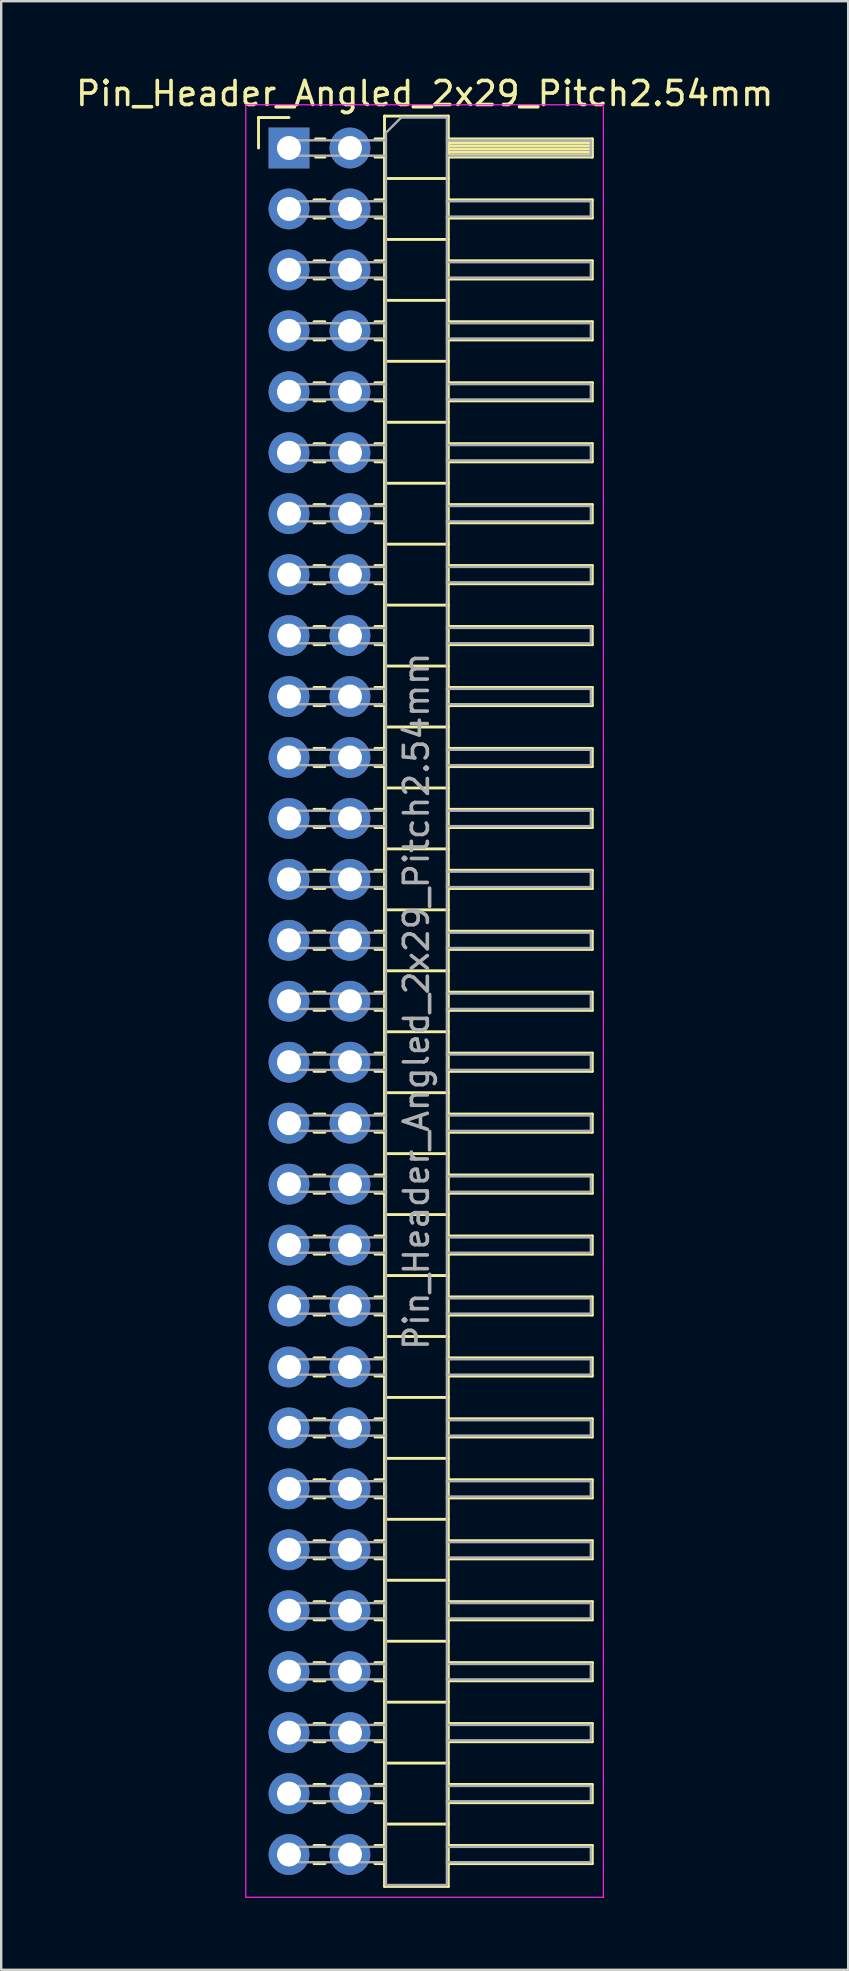
<source format=kicad_pcb>
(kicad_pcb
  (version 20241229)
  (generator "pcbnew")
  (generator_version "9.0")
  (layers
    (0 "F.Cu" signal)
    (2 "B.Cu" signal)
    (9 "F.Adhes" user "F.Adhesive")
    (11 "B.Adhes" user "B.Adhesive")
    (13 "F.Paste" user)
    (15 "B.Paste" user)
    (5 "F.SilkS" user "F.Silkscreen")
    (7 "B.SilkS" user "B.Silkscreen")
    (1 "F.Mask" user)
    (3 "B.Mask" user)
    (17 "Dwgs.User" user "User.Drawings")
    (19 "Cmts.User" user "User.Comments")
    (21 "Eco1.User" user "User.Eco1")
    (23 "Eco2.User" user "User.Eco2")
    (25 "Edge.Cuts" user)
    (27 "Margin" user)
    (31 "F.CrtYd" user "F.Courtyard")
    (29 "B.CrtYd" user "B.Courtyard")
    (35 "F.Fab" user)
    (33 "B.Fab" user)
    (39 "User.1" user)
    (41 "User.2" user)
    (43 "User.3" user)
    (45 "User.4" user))
  (footprint "Pin_Header_Angled_2x29_Pitch2.54mm"
    (layer "F.Cu")
    (at 8.994 3.118)
    (property "Reference" "Pin_Header_Angled_2x29_Pitch2.54mm" (at 5.655 -2.27 0) (layer "F.SilkS") (effects (font (size 1 1) (thickness 0.15))))
    (attr through_hole)
    (fp_line (start -1.27 -1.27) (end 0 -1.27) (stroke (width 0.12) (type solid)) (layer "F.SilkS"))
    (fp_line (start -1.27 0) (end -1.27 -1.27) (stroke (width 0.12) (type solid)) (layer "F.SilkS"))
    (fp_line (start 1.043 2.16) (end 1.497 2.16) (stroke (width 0.12) (type solid)) (layer "F.SilkS"))
    (fp_line (start 1.043 2.92) (end 1.497 2.92) (stroke (width 0.12) (type solid)) (layer "F.SilkS"))
    (fp_line (start 1.043 4.7) (end 1.497 4.7) (stroke (width 0.12) (type solid)) (layer "F.SilkS"))
    (fp_line (start 1.043 5.46) (end 1.497 5.46) (stroke (width 0.12) (type solid)) (layer "F.SilkS"))
    (fp_line (start 1.043 7.24) (end 1.497 7.24) (stroke (width 0.12) (type solid)) (layer "F.SilkS"))
    (fp_line (start 1.043 8) (end 1.497 8) (stroke (width 0.12) (type solid)) (layer "F.SilkS"))
    (fp_line (start 1.043 9.78) (end 1.497 9.78) (stroke (width 0.12) (type solid)) (layer "F.SilkS"))
    (fp_line (start 1.043 10.54) (end 1.497 10.54) (stroke (width 0.12) (type solid)) (layer "F.SilkS"))
    (fp_line (start 1.043 12.32) (end 1.497 12.32) (stroke (width 0.12) (type solid)) (layer "F.SilkS"))
    (fp_line (start 1.043 13.08) (end 1.497 13.08) (stroke (width 0.12) (type solid)) (layer "F.SilkS"))
    (fp_line (start 1.043 14.86) (end 1.497 14.86) (stroke (width 0.12) (type solid)) (layer "F.SilkS"))
    (fp_line (start 1.043 15.62) (end 1.497 15.62) (stroke (width 0.12) (type solid)) (layer "F.SilkS"))
    (fp_line (start 1.043 17.4) (end 1.497 17.4) (stroke (width 0.12) (type solid)) (layer "F.SilkS"))
    (fp_line (start 1.043 18.16) (end 1.497 18.16) (stroke (width 0.12) (type solid)) (layer "F.SilkS"))
    (fp_line (start 1.043 19.94) (end 1.497 19.94) (stroke (width 0.12) (type solid)) (layer "F.SilkS"))
    (fp_line (start 1.043 20.7) (end 1.497 20.7) (stroke (width 0.12) (type solid)) (layer "F.SilkS"))
    (fp_line (start 1.043 22.48) (end 1.497 22.48) (stroke (width 0.12) (type solid)) (layer "F.SilkS"))
    (fp_line (start 1.043 23.24) (end 1.497 23.24) (stroke (width 0.12) (type solid)) (layer "F.SilkS"))
    (fp_line (start 1.043 25.02) (end 1.497 25.02) (stroke (width 0.12) (type solid)) (layer "F.SilkS"))
    (fp_line (start 1.043 25.78) (end 1.497 25.78) (stroke (width 0.12) (type solid)) (layer "F.SilkS"))
    (fp_line (start 1.043 27.56) (end 1.497 27.56) (stroke (width 0.12) (type solid)) (layer "F.SilkS"))
    (fp_line (start 1.043 28.32) (end 1.497 28.32) (stroke (width 0.12) (type solid)) (layer "F.SilkS"))
    (fp_line (start 1.043 30.1) (end 1.497 30.1) (stroke (width 0.12) (type solid)) (layer "F.SilkS"))
    (fp_line (start 1.043 30.86) (end 1.497 30.86) (stroke (width 0.12) (type solid)) (layer "F.SilkS"))
    (fp_line (start 1.043 32.64) (end 1.497 32.64) (stroke (width 0.12) (type solid)) (layer "F.SilkS"))
    (fp_line (start 1.043 33.4) (end 1.497 33.4) (stroke (width 0.12) (type solid)) (layer "F.SilkS"))
    (fp_line (start 1.043 35.18) (end 1.497 35.18) (stroke (width 0.12) (type solid)) (layer "F.SilkS"))
    (fp_line (start 1.043 35.94) (end 1.497 35.94) (stroke (width 0.12) (type solid)) (layer "F.SilkS"))
    (fp_line (start 1.043 37.72) (end 1.497 37.72) (stroke (width 0.12) (type solid)) (layer "F.SilkS"))
    (fp_line (start 1.043 38.48) (end 1.497 38.48) (stroke (width 0.12) (type solid)) (layer "F.SilkS"))
    (fp_line (start 1.043 40.26) (end 1.497 40.26) (stroke (width 0.12) (type solid)) (layer "F.SilkS"))
    (fp_line (start 1.043 41.02) (end 1.497 41.02) (stroke (width 0.12) (type solid)) (layer "F.SilkS"))
    (fp_line (start 1.043 42.8) (end 1.497 42.8) (stroke (width 0.12) (type solid)) (layer "F.SilkS"))
    (fp_line (start 1.043 43.56) (end 1.497 43.56) (stroke (width 0.12) (type solid)) (layer "F.SilkS"))
    (fp_line (start 1.043 45.34) (end 1.497 45.34) (stroke (width 0.12) (type solid)) (layer "F.SilkS"))
    (fp_line (start 1.043 46.1) (end 1.497 46.1) (stroke (width 0.12) (type solid)) (layer "F.SilkS"))
    (fp_line (start 1.043 47.88) (end 1.497 47.88) (stroke (width 0.12) (type solid)) (layer "F.SilkS"))
    (fp_line (start 1.043 48.64) (end 1.497 48.64) (stroke (width 0.12) (type solid)) (layer "F.SilkS"))
    (fp_line (start 1.043 50.42) (end 1.497 50.42) (stroke (width 0.12) (type solid)) (layer "F.SilkS"))
    (fp_line (start 1.043 51.18) (end 1.497 51.18) (stroke (width 0.12) (type solid)) (layer "F.SilkS"))
    (fp_line (start 1.043 52.96) (end 1.497 52.96) (stroke (width 0.12) (type solid)) (layer "F.SilkS"))
    (fp_line (start 1.043 53.72) (end 1.497 53.72) (stroke (width 0.12) (type solid)) (layer "F.SilkS"))
    (fp_line (start 1.043 55.5) (end 1.497 55.5) (stroke (width 0.12) (type solid)) (layer "F.SilkS"))
    (fp_line (start 1.043 56.26) (end 1.497 56.26) (stroke (width 0.12) (type solid)) (layer "F.SilkS"))
    (fp_line (start 1.043 58.04) (end 1.497 58.04) (stroke (width 0.12) (type solid)) (layer "F.SilkS"))
    (fp_line (start 1.043 58.8) (end 1.497 58.8) (stroke (width 0.12) (type solid)) (layer "F.SilkS"))
    (fp_line (start 1.043 60.58) (end 1.497 60.58) (stroke (width 0.12) (type solid)) (layer "F.SilkS"))
    (fp_line (start 1.043 61.34) (end 1.497 61.34) (stroke (width 0.12) (type solid)) (layer "F.SilkS"))
    (fp_line (start 1.043 63.12) (end 1.497 63.12) (stroke (width 0.12) (type solid)) (layer "F.SilkS"))
    (fp_line (start 1.043 63.88) (end 1.497 63.88) (stroke (width 0.12) (type solid)) (layer "F.SilkS"))
    (fp_line (start 1.043 65.66) (end 1.497 65.66) (stroke (width 0.12) (type solid)) (layer "F.SilkS"))
    (fp_line (start 1.043 66.42) (end 1.497 66.42) (stroke (width 0.12) (type solid)) (layer "F.SilkS"))
    (fp_line (start 1.043 68.2) (end 1.497 68.2) (stroke (width 0.12) (type solid)) (layer "F.SilkS"))
    (fp_line (start 1.043 68.96) (end 1.497 68.96) (stroke (width 0.12) (type solid)) (layer "F.SilkS"))
    (fp_line (start 1.043 70.74) (end 1.497 70.74) (stroke (width 0.12) (type solid)) (layer "F.SilkS"))
    (fp_line (start 1.043 71.5) (end 1.497 71.5) (stroke (width 0.12) (type solid)) (layer "F.SilkS"))
    (fp_line (start 1.11 -0.38) (end 1.497 -0.38) (stroke (width 0.12) (type solid)) (layer "F.SilkS"))
    (fp_line (start 1.11 0.38) (end 1.497 0.38) (stroke (width 0.12) (type solid)) (layer "F.SilkS"))
    (fp_line (start 3.583 -0.38) (end 3.98 -0.38) (stroke (width 0.12) (type solid)) (layer "F.SilkS"))
    (fp_line (start 3.583 0.38) (end 3.98 0.38) (stroke (width 0.12) (type solid)) (layer "F.SilkS"))
    (fp_line (start 3.583 2.16) (end 3.98 2.16) (stroke (width 0.12) (type solid)) (layer "F.SilkS"))
    (fp_line (start 3.583 2.92) (end 3.98 2.92) (stroke (width 0.12) (type solid)) (layer "F.SilkS"))
    (fp_line (start 3.583 4.7) (end 3.98 4.7) (stroke (width 0.12) (type solid)) (layer "F.SilkS"))
    (fp_line (start 3.583 5.46) (end 3.98 5.46) (stroke (width 0.12) (type solid)) (layer "F.SilkS"))
    (fp_line (start 3.583 7.24) (end 3.98 7.24) (stroke (width 0.12) (type solid)) (layer "F.SilkS"))
    (fp_line (start 3.583 8) (end 3.98 8) (stroke (width 0.12) (type solid)) (layer "F.SilkS"))
    (fp_line (start 3.583 9.78) (end 3.98 9.78) (stroke (width 0.12) (type solid)) (layer "F.SilkS"))
    (fp_line (start 3.583 10.54) (end 3.98 10.54) (stroke (width 0.12) (type solid)) (layer "F.SilkS"))
    (fp_line (start 3.583 12.32) (end 3.98 12.32) (stroke (width 0.12) (type solid)) (layer "F.SilkS"))
    (fp_line (start 3.583 13.08) (end 3.98 13.08) (stroke (width 0.12) (type solid)) (layer "F.SilkS"))
    (fp_line (start 3.583 14.86) (end 3.98 14.86) (stroke (width 0.12) (type solid)) (layer "F.SilkS"))
    (fp_line (start 3.583 15.62) (end 3.98 15.62) (stroke (width 0.12) (type solid)) (layer "F.SilkS"))
    (fp_line (start 3.583 17.4) (end 3.98 17.4) (stroke (width 0.12) (type solid)) (layer "F.SilkS"))
    (fp_line (start 3.583 18.16) (end 3.98 18.16) (stroke (width 0.12) (type solid)) (layer "F.SilkS"))
    (fp_line (start 3.583 19.94) (end 3.98 19.94) (stroke (width 0.12) (type solid)) (layer "F.SilkS"))
    (fp_line (start 3.583 20.7) (end 3.98 20.7) (stroke (width 0.12) (type solid)) (layer "F.SilkS"))
    (fp_line (start 3.583 22.48) (end 3.98 22.48) (stroke (width 0.12) (type solid)) (layer "F.SilkS"))
    (fp_line (start 3.583 23.24) (end 3.98 23.24) (stroke (width 0.12) (type solid)) (layer "F.SilkS"))
    (fp_line (start 3.583 25.02) (end 3.98 25.02) (stroke (width 0.12) (type solid)) (layer "F.SilkS"))
    (fp_line (start 3.583 25.78) (end 3.98 25.78) (stroke (width 0.12) (type solid)) (layer "F.SilkS"))
    (fp_line (start 3.583 27.56) (end 3.98 27.56) (stroke (width 0.12) (type solid)) (layer "F.SilkS"))
    (fp_line (start 3.583 28.32) (end 3.98 28.32) (stroke (width 0.12) (type solid)) (layer "F.SilkS"))
    (fp_line (start 3.583 30.1) (end 3.98 30.1) (stroke (width 0.12) (type solid)) (layer "F.SilkS"))
    (fp_line (start 3.583 30.86) (end 3.98 30.86) (stroke (width 0.12) (type solid)) (layer "F.SilkS"))
    (fp_line (start 3.583 32.64) (end 3.98 32.64) (stroke (width 0.12) (type solid)) (layer "F.SilkS"))
    (fp_line (start 3.583 33.4) (end 3.98 33.4) (stroke (width 0.12) (type solid)) (layer "F.SilkS"))
    (fp_line (start 3.583 35.18) (end 3.98 35.18) (stroke (width 0.12) (type solid)) (layer "F.SilkS"))
    (fp_line (start 3.583 35.94) (end 3.98 35.94) (stroke (width 0.12) (type solid)) (layer "F.SilkS"))
    (fp_line (start 3.583 37.72) (end 3.98 37.72) (stroke (width 0.12) (type solid)) (layer "F.SilkS"))
    (fp_line (start 3.583 38.48) (end 3.98 38.48) (stroke (width 0.12) (type solid)) (layer "F.SilkS"))
    (fp_line (start 3.583 40.26) (end 3.98 40.26) (stroke (width 0.12) (type solid)) (layer "F.SilkS"))
    (fp_line (start 3.583 41.02) (end 3.98 41.02) (stroke (width 0.12) (type solid)) (layer "F.SilkS"))
    (fp_line (start 3.583 42.8) (end 3.98 42.8) (stroke (width 0.12) (type solid)) (layer "F.SilkS"))
    (fp_line (start 3.583 43.56) (end 3.98 43.56) (stroke (width 0.12) (type solid)) (layer "F.SilkS"))
    (fp_line (start 3.583 45.34) (end 3.98 45.34) (stroke (width 0.12) (type solid)) (layer "F.SilkS"))
    (fp_line (start 3.583 46.1) (end 3.98 46.1) (stroke (width 0.12) (type solid)) (layer "F.SilkS"))
    (fp_line (start 3.583 47.88) (end 3.98 47.88) (stroke (width 0.12) (type solid)) (layer "F.SilkS"))
    (fp_line (start 3.583 48.64) (end 3.98 48.64) (stroke (width 0.12) (type solid)) (layer "F.SilkS"))
    (fp_line (start 3.583 50.42) (end 3.98 50.42) (stroke (width 0.12) (type solid)) (layer "F.SilkS"))
    (fp_line (start 3.583 51.18) (end 3.98 51.18) (stroke (width 0.12) (type solid)) (layer "F.SilkS"))
    (fp_line (start 3.583 52.96) (end 3.98 52.96) (stroke (width 0.12) (type solid)) (layer "F.SilkS"))
    (fp_line (start 3.583 53.72) (end 3.98 53.72) (stroke (width 0.12) (type solid)) (layer "F.SilkS"))
    (fp_line (start 3.583 55.5) (end 3.98 55.5) (stroke (width 0.12) (type solid)) (layer "F.SilkS"))
    (fp_line (start 3.583 56.26) (end 3.98 56.26) (stroke (width 0.12) (type solid)) (layer "F.SilkS"))
    (fp_line (start 3.583 58.04) (end 3.98 58.04) (stroke (width 0.12) (type solid)) (layer "F.SilkS"))
    (fp_line (start 3.583 58.8) (end 3.98 58.8) (stroke (width 0.12) (type solid)) (layer "F.SilkS"))
    (fp_line (start 3.583 60.58) (end 3.98 60.58) (stroke (width 0.12) (type solid)) (layer "F.SilkS"))
    (fp_line (start 3.583 61.34) (end 3.98 61.34) (stroke (width 0.12) (type solid)) (layer "F.SilkS"))
    (fp_line (start 3.583 63.12) (end 3.98 63.12) (stroke (width 0.12) (type solid)) (layer "F.SilkS"))
    (fp_line (start 3.583 63.88) (end 3.98 63.88) (stroke (width 0.12) (type solid)) (layer "F.SilkS"))
    (fp_line (start 3.583 65.66) (end 3.98 65.66) (stroke (width 0.12) (type solid)) (layer "F.SilkS"))
    (fp_line (start 3.583 66.42) (end 3.98 66.42) (stroke (width 0.12) (type solid)) (layer "F.SilkS"))
    (fp_line (start 3.583 68.2) (end 3.98 68.2) (stroke (width 0.12) (type solid)) (layer "F.SilkS"))
    (fp_line (start 3.583 68.96) (end 3.98 68.96) (stroke (width 0.12) (type solid)) (layer "F.SilkS"))
    (fp_line (start 3.583 70.74) (end 3.98 70.74) (stroke (width 0.12) (type solid)) (layer "F.SilkS"))
    (fp_line (start 3.583 71.5) (end 3.98 71.5) (stroke (width 0.12) (type solid)) (layer "F.SilkS"))
    (fp_line (start 3.98 -1.33) (end 3.98 72.45) (stroke (width 0.12) (type solid)) (layer "F.SilkS"))
    (fp_line (start 3.98 1.27) (end 6.64 1.27) (stroke (width 0.12) (type solid)) (layer "F.SilkS"))
    (fp_line (start 3.98 3.81) (end 6.64 3.81) (stroke (width 0.12) (type solid)) (layer "F.SilkS"))
    (fp_line (start 3.98 6.35) (end 6.64 6.35) (stroke (width 0.12) (type solid)) (layer "F.SilkS"))
    (fp_line (start 3.98 8.89) (end 6.64 8.89) (stroke (width 0.12) (type solid)) (layer "F.SilkS"))
    (fp_line (start 3.98 11.43) (end 6.64 11.43) (stroke (width 0.12) (type solid)) (layer "F.SilkS"))
    (fp_line (start 3.98 13.97) (end 6.64 13.97) (stroke (width 0.12) (type solid)) (layer "F.SilkS"))
    (fp_line (start 3.98 16.51) (end 6.64 16.51) (stroke (width 0.12) (type solid)) (layer "F.SilkS"))
    (fp_line (start 3.98 19.05) (end 6.64 19.05) (stroke (width 0.12) (type solid)) (layer "F.SilkS"))
    (fp_line (start 3.98 21.59) (end 6.64 21.59) (stroke (width 0.12) (type solid)) (layer "F.SilkS"))
    (fp_line (start 3.98 24.13) (end 6.64 24.13) (stroke (width 0.12) (type solid)) (layer "F.SilkS"))
    (fp_line (start 3.98 26.67) (end 6.64 26.67) (stroke (width 0.12) (type solid)) (layer "F.SilkS"))
    (fp_line (start 3.98 29.21) (end 6.64 29.21) (stroke (width 0.12) (type solid)) (layer "F.SilkS"))
    (fp_line (start 3.98 31.75) (end 6.64 31.75) (stroke (width 0.12) (type solid)) (layer "F.SilkS"))
    (fp_line (start 3.98 34.29) (end 6.64 34.29) (stroke (width 0.12) (type solid)) (layer "F.SilkS"))
    (fp_line (start 3.98 36.83) (end 6.64 36.83) (stroke (width 0.12) (type solid)) (layer "F.SilkS"))
    (fp_line (start 3.98 39.37) (end 6.64 39.37) (stroke (width 0.12) (type solid)) (layer "F.SilkS"))
    (fp_line (start 3.98 41.91) (end 6.64 41.91) (stroke (width 0.12) (type solid)) (layer "F.SilkS"))
    (fp_line (start 3.98 44.45) (end 6.64 44.45) (stroke (width 0.12) (type solid)) (layer "F.SilkS"))
    (fp_line (start 3.98 46.99) (end 6.64 46.99) (stroke (width 0.12) (type solid)) (layer "F.SilkS"))
    (fp_line (start 3.98 49.53) (end 6.64 49.53) (stroke (width 0.12) (type solid)) (layer "F.SilkS"))
    (fp_line (start 3.98 52.07) (end 6.64 52.07) (stroke (width 0.12) (type solid)) (layer "F.SilkS"))
    (fp_line (start 3.98 54.61) (end 6.64 54.61) (stroke (width 0.12) (type solid)) (layer "F.SilkS"))
    (fp_line (start 3.98 57.15) (end 6.64 57.15) (stroke (width 0.12) (type solid)) (layer "F.SilkS"))
    (fp_line (start 3.98 59.69) (end 6.64 59.69) (stroke (width 0.12) (type solid)) (layer "F.SilkS"))
    (fp_line (start 3.98 62.23) (end 6.64 62.23) (stroke (width 0.12) (type solid)) (layer "F.SilkS"))
    (fp_line (start 3.98 64.77) (end 6.64 64.77) (stroke (width 0.12) (type solid)) (layer "F.SilkS"))
    (fp_line (start 3.98 67.31) (end 6.64 67.31) (stroke (width 0.12) (type solid)) (layer "F.SilkS"))
    (fp_line (start 3.98 69.85) (end 6.64 69.85) (stroke (width 0.12) (type solid)) (layer "F.SilkS"))
    (fp_line (start 3.98 72.45) (end 6.64 72.45) (stroke (width 0.12) (type solid)) (layer "F.SilkS"))
    (fp_line (start 6.64 -1.33) (end 3.98 -1.33) (stroke (width 0.12) (type solid)) (layer "F.SilkS"))
    (fp_line (start 6.64 -0.38) (end 12.64 -0.38) (stroke (width 0.12) (type solid)) (layer "F.SilkS"))
    (fp_line (start 6.64 -0.32) (end 12.64 -0.32) (stroke (width 0.12) (type solid)) (layer "F.SilkS"))
    (fp_line (start 6.64 -0.2) (end 12.64 -0.2) (stroke (width 0.12) (type solid)) (layer "F.SilkS"))
    (fp_line (start 6.64 -0.08) (end 12.64 -0.08) (stroke (width 0.12) (type solid)) (layer "F.SilkS"))
    (fp_line (start 6.64 0.04) (end 12.64 0.04) (stroke (width 0.12) (type solid)) (layer "F.SilkS"))
    (fp_line (start 6.64 0.16) (end 12.64 0.16) (stroke (width 0.12) (type solid)) (layer "F.SilkS"))
    (fp_line (start 6.64 0.28) (end 12.64 0.28) (stroke (width 0.12) (type solid)) (layer "F.SilkS"))
    (fp_line (start 6.64 2.16) (end 12.64 2.16) (stroke (width 0.12) (type solid)) (layer "F.SilkS"))
    (fp_line (start 6.64 4.7) (end 12.64 4.7) (stroke (width 0.12) (type solid)) (layer "F.SilkS"))
    (fp_line (start 6.64 7.24) (end 12.64 7.24) (stroke (width 0.12) (type solid)) (layer "F.SilkS"))
    (fp_line (start 6.64 9.78) (end 12.64 9.78) (stroke (width 0.12) (type solid)) (layer "F.SilkS"))
    (fp_line (start 6.64 12.32) (end 12.64 12.32) (stroke (width 0.12) (type solid)) (layer "F.SilkS"))
    (fp_line (start 6.64 14.86) (end 12.64 14.86) (stroke (width 0.12) (type solid)) (layer "F.SilkS"))
    (fp_line (start 6.64 17.4) (end 12.64 17.4) (stroke (width 0.12) (type solid)) (layer "F.SilkS"))
    (fp_line (start 6.64 19.94) (end 12.64 19.94) (stroke (width 0.12) (type solid)) (layer "F.SilkS"))
    (fp_line (start 6.64 22.48) (end 12.64 22.48) (stroke (width 0.12) (type solid)) (layer "F.SilkS"))
    (fp_line (start 6.64 25.02) (end 12.64 25.02) (stroke (width 0.12) (type solid)) (layer "F.SilkS"))
    (fp_line (start 6.64 27.56) (end 12.64 27.56) (stroke (width 0.12) (type solid)) (layer "F.SilkS"))
    (fp_line (start 6.64 30.1) (end 12.64 30.1) (stroke (width 0.12) (type solid)) (layer "F.SilkS"))
    (fp_line (start 6.64 32.64) (end 12.64 32.64) (stroke (width 0.12) (type solid)) (layer "F.SilkS"))
    (fp_line (start 6.64 35.18) (end 12.64 35.18) (stroke (width 0.12) (type solid)) (layer "F.SilkS"))
    (fp_line (start 6.64 37.72) (end 12.64 37.72) (stroke (width 0.12) (type solid)) (layer "F.SilkS"))
    (fp_line (start 6.64 40.26) (end 12.64 40.26) (stroke (width 0.12) (type solid)) (layer "F.SilkS"))
    (fp_line (start 6.64 42.8) (end 12.64 42.8) (stroke (width 0.12) (type solid)) (layer "F.SilkS"))
    (fp_line (start 6.64 45.34) (end 12.64 45.34) (stroke (width 0.12) (type solid)) (layer "F.SilkS"))
    (fp_line (start 6.64 47.88) (end 12.64 47.88) (stroke (width 0.12) (type solid)) (layer "F.SilkS"))
    (fp_line (start 6.64 50.42) (end 12.64 50.42) (stroke (width 0.12) (type solid)) (layer "F.SilkS"))
    (fp_line (start 6.64 52.96) (end 12.64 52.96) (stroke (width 0.12) (type solid)) (layer "F.SilkS"))
    (fp_line (start 6.64 55.5) (end 12.64 55.5) (stroke (width 0.12) (type solid)) (layer "F.SilkS"))
    (fp_line (start 6.64 58.04) (end 12.64 58.04) (stroke (width 0.12) (type solid)) (layer "F.SilkS"))
    (fp_line (start 6.64 60.58) (end 12.64 60.58) (stroke (width 0.12) (type solid)) (layer "F.SilkS"))
    (fp_line (start 6.64 63.12) (end 12.64 63.12) (stroke (width 0.12) (type solid)) (layer "F.SilkS"))
    (fp_line (start 6.64 65.66) (end 12.64 65.66) (stroke (width 0.12) (type solid)) (layer "F.SilkS"))
    (fp_line (start 6.64 68.2) (end 12.64 68.2) (stroke (width 0.12) (type solid)) (layer "F.SilkS"))
    (fp_line (start 6.64 70.74) (end 12.64 70.74) (stroke (width 0.12) (type solid)) (layer "F.SilkS"))
    (fp_line (start 6.64 72.45) (end 6.64 -1.33) (stroke (width 0.12) (type solid)) (layer "F.SilkS"))
    (fp_line (start 12.64 -0.38) (end 12.64 0.38) (stroke (width 0.12) (type solid)) (layer "F.SilkS"))
    (fp_line (start 12.64 0.38) (end 6.64 0.38) (stroke (width 0.12) (type solid)) (layer "F.SilkS"))
    (fp_line (start 12.64 2.16) (end 12.64 2.92) (stroke (width 0.12) (type solid)) (layer "F.SilkS"))
    (fp_line (start 12.64 2.92) (end 6.64 2.92) (stroke (width 0.12) (type solid)) (layer "F.SilkS"))
    (fp_line (start 12.64 4.7) (end 12.64 5.46) (stroke (width 0.12) (type solid)) (layer "F.SilkS"))
    (fp_line (start 12.64 5.46) (end 6.64 5.46) (stroke (width 0.12) (type solid)) (layer "F.SilkS"))
    (fp_line (start 12.64 7.24) (end 12.64 8) (stroke (width 0.12) (type solid)) (layer "F.SilkS"))
    (fp_line (start 12.64 8) (end 6.64 8) (stroke (width 0.12) (type solid)) (layer "F.SilkS"))
    (fp_line (start 12.64 9.78) (end 12.64 10.54) (stroke (width 0.12) (type solid)) (layer "F.SilkS"))
    (fp_line (start 12.64 10.54) (end 6.64 10.54) (stroke (width 0.12) (type solid)) (layer "F.SilkS"))
    (fp_line (start 12.64 12.32) (end 12.64 13.08) (stroke (width 0.12) (type solid)) (layer "F.SilkS"))
    (fp_line (start 12.64 13.08) (end 6.64 13.08) (stroke (width 0.12) (type solid)) (layer "F.SilkS"))
    (fp_line (start 12.64 14.86) (end 12.64 15.62) (stroke (width 0.12) (type solid)) (layer "F.SilkS"))
    (fp_line (start 12.64 15.62) (end 6.64 15.62) (stroke (width 0.12) (type solid)) (layer "F.SilkS"))
    (fp_line (start 12.64 17.4) (end 12.64 18.16) (stroke (width 0.12) (type solid)) (layer "F.SilkS"))
    (fp_line (start 12.64 18.16) (end 6.64 18.16) (stroke (width 0.12) (type solid)) (layer "F.SilkS"))
    (fp_line (start 12.64 19.94) (end 12.64 20.7) (stroke (width 0.12) (type solid)) (layer "F.SilkS"))
    (fp_line (start 12.64 20.7) (end 6.64 20.7) (stroke (width 0.12) (type solid)) (layer "F.SilkS"))
    (fp_line (start 12.64 22.48) (end 12.64 23.24) (stroke (width 0.12) (type solid)) (layer "F.SilkS"))
    (fp_line (start 12.64 23.24) (end 6.64 23.24) (stroke (width 0.12) (type solid)) (layer "F.SilkS"))
    (fp_line (start 12.64 25.02) (end 12.64 25.78) (stroke (width 0.12) (type solid)) (layer "F.SilkS"))
    (fp_line (start 12.64 25.78) (end 6.64 25.78) (stroke (width 0.12) (type solid)) (layer "F.SilkS"))
    (fp_line (start 12.64 27.56) (end 12.64 28.32) (stroke (width 0.12) (type solid)) (layer "F.SilkS"))
    (fp_line (start 12.64 28.32) (end 6.64 28.32) (stroke (width 0.12) (type solid)) (layer "F.SilkS"))
    (fp_line (start 12.64 30.1) (end 12.64 30.86) (stroke (width 0.12) (type solid)) (layer "F.SilkS"))
    (fp_line (start 12.64 30.86) (end 6.64 30.86) (stroke (width 0.12) (type solid)) (layer "F.SilkS"))
    (fp_line (start 12.64 32.64) (end 12.64 33.4) (stroke (width 0.12) (type solid)) (layer "F.SilkS"))
    (fp_line (start 12.64 33.4) (end 6.64 33.4) (stroke (width 0.12) (type solid)) (layer "F.SilkS"))
    (fp_line (start 12.64 35.18) (end 12.64 35.94) (stroke (width 0.12) (type solid)) (layer "F.SilkS"))
    (fp_line (start 12.64 35.94) (end 6.64 35.94) (stroke (width 0.12) (type solid)) (layer "F.SilkS"))
    (fp_line (start 12.64 37.72) (end 12.64 38.48) (stroke (width 0.12) (type solid)) (layer "F.SilkS"))
    (fp_line (start 12.64 38.48) (end 6.64 38.48) (stroke (width 0.12) (type solid)) (layer "F.SilkS"))
    (fp_line (start 12.64 40.26) (end 12.64 41.02) (stroke (width 0.12) (type solid)) (layer "F.SilkS"))
    (fp_line (start 12.64 41.02) (end 6.64 41.02) (stroke (width 0.12) (type solid)) (layer "F.SilkS"))
    (fp_line (start 12.64 42.8) (end 12.64 43.56) (stroke (width 0.12) (type solid)) (layer "F.SilkS"))
    (fp_line (start 12.64 43.56) (end 6.64 43.56) (stroke (width 0.12) (type solid)) (layer "F.SilkS"))
    (fp_line (start 12.64 45.34) (end 12.64 46.1) (stroke (width 0.12) (type solid)) (layer "F.SilkS"))
    (fp_line (start 12.64 46.1) (end 6.64 46.1) (stroke (width 0.12) (type solid)) (layer "F.SilkS"))
    (fp_line (start 12.64 47.88) (end 12.64 48.64) (stroke (width 0.12) (type solid)) (layer "F.SilkS"))
    (fp_line (start 12.64 48.64) (end 6.64 48.64) (stroke (width 0.12) (type solid)) (layer "F.SilkS"))
    (fp_line (start 12.64 50.42) (end 12.64 51.18) (stroke (width 0.12) (type solid)) (layer "F.SilkS"))
    (fp_line (start 12.64 51.18) (end 6.64 51.18) (stroke (width 0.12) (type solid)) (layer "F.SilkS"))
    (fp_line (start 12.64 52.96) (end 12.64 53.72) (stroke (width 0.12) (type solid)) (layer "F.SilkS"))
    (fp_line (start 12.64 53.72) (end 6.64 53.72) (stroke (width 0.12) (type solid)) (layer "F.SilkS"))
    (fp_line (start 12.64 55.5) (end 12.64 56.26) (stroke (width 0.12) (type solid)) (layer "F.SilkS"))
    (fp_line (start 12.64 56.26) (end 6.64 56.26) (stroke (width 0.12) (type solid)) (layer "F.SilkS"))
    (fp_line (start 12.64 58.04) (end 12.64 58.8) (stroke (width 0.12) (type solid)) (layer "F.SilkS"))
    (fp_line (start 12.64 58.8) (end 6.64 58.8) (stroke (width 0.12) (type solid)) (layer "F.SilkS"))
    (fp_line (start 12.64 60.58) (end 12.64 61.34) (stroke (width 0.12) (type solid)) (layer "F.SilkS"))
    (fp_line (start 12.64 61.34) (end 6.64 61.34) (stroke (width 0.12) (type solid)) (layer "F.SilkS"))
    (fp_line (start 12.64 63.12) (end 12.64 63.88) (stroke (width 0.12) (type solid)) (layer "F.SilkS"))
    (fp_line (start 12.64 63.88) (end 6.64 63.88) (stroke (width 0.12) (type solid)) (layer "F.SilkS"))
    (fp_line (start 12.64 65.66) (end 12.64 66.42) (stroke (width 0.12) (type solid)) (layer "F.SilkS"))
    (fp_line (start 12.64 66.42) (end 6.64 66.42) (stroke (width 0.12) (type solid)) (layer "F.SilkS"))
    (fp_line (start 12.64 68.2) (end 12.64 68.96) (stroke (width 0.12) (type solid)) (layer "F.SilkS"))
    (fp_line (start 12.64 68.96) (end 6.64 68.96) (stroke (width 0.12) (type solid)) (layer "F.SilkS"))
    (fp_line (start 12.64 70.74) (end 12.64 71.5) (stroke (width 0.12) (type solid)) (layer "F.SilkS"))
    (fp_line (start 12.64 71.5) (end 6.64 71.5) (stroke (width 0.12) (type solid)) (layer "F.SilkS"))
    (fp_line (start -1.8 -1.8) (end -1.8 72.9) (stroke (width 0.05) (type solid)) (layer "F.CrtYd"))
    (fp_line (start -1.8 72.9) (end 13.1 72.9) (stroke (width 0.05) (type solid)) (layer "F.CrtYd"))
    (fp_line (start 13.1 -1.8) (end -1.8 -1.8) (stroke (width 0.05) (type solid)) (layer "F.CrtYd"))
    (fp_line (start 13.1 72.9) (end 13.1 -1.8) (stroke (width 0.05) (type solid)) (layer "F.CrtYd"))
    (fp_line (start -0.32 -0.32) (end -0.32 0.32) (stroke (width 0.1) (type solid)) (layer "F.Fab"))
    (fp_line (start -0.32 -0.32) (end 4.04 -0.32) (stroke (width 0.1) (type solid)) (layer "F.Fab"))
    (fp_line (start -0.32 0.32) (end 4.04 0.32) (stroke (width 0.1) (type solid)) (layer "F.Fab"))
    (fp_line (start -0.32 2.22) (end -0.32 2.86) (stroke (width 0.1) (type solid)) (layer "F.Fab"))
    (fp_line (start -0.32 2.22) (end 4.04 2.22) (stroke (width 0.1) (type solid)) (layer "F.Fab"))
    (fp_line (start -0.32 2.86) (end 4.04 2.86) (stroke (width 0.1) (type solid)) (layer "F.Fab"))
    (fp_line (start -0.32 4.76) (end -0.32 5.4) (stroke (width 0.1) (type solid)) (layer "F.Fab"))
    (fp_line (start -0.32 4.76) (end 4.04 4.76) (stroke (width 0.1) (type solid)) (layer "F.Fab"))
    (fp_line (start -0.32 5.4) (end 4.04 5.4) (stroke (width 0.1) (type solid)) (layer "F.Fab"))
    (fp_line (start -0.32 7.3) (end -0.32 7.94) (stroke (width 0.1) (type solid)) (layer "F.Fab"))
    (fp_line (start -0.32 7.3) (end 4.04 7.3) (stroke (width 0.1) (type solid)) (layer "F.Fab"))
    (fp_line (start -0.32 7.94) (end 4.04 7.94) (stroke (width 0.1) (type solid)) (layer "F.Fab"))
    (fp_line (start -0.32 9.84) (end -0.32 10.48) (stroke (width 0.1) (type solid)) (layer "F.Fab"))
    (fp_line (start -0.32 9.84) (end 4.04 9.84) (stroke (width 0.1) (type solid)) (layer "F.Fab"))
    (fp_line (start -0.32 10.48) (end 4.04 10.48) (stroke (width 0.1) (type solid)) (layer "F.Fab"))
    (fp_line (start -0.32 12.38) (end -0.32 13.02) (stroke (width 0.1) (type solid)) (layer "F.Fab"))
    (fp_line (start -0.32 12.38) (end 4.04 12.38) (stroke (width 0.1) (type solid)) (layer "F.Fab"))
    (fp_line (start -0.32 13.02) (end 4.04 13.02) (stroke (width 0.1) (type solid)) (layer "F.Fab"))
    (fp_line (start -0.32 14.92) (end -0.32 15.56) (stroke (width 0.1) (type solid)) (layer "F.Fab"))
    (fp_line (start -0.32 14.92) (end 4.04 14.92) (stroke (width 0.1) (type solid)) (layer "F.Fab"))
    (fp_line (start -0.32 15.56) (end 4.04 15.56) (stroke (width 0.1) (type solid)) (layer "F.Fab"))
    (fp_line (start -0.32 17.46) (end -0.32 18.1) (stroke (width 0.1) (type solid)) (layer "F.Fab"))
    (fp_line (start -0.32 17.46) (end 4.04 17.46) (stroke (width 0.1) (type solid)) (layer "F.Fab"))
    (fp_line (start -0.32 18.1) (end 4.04 18.1) (stroke (width 0.1) (type solid)) (layer "F.Fab"))
    (fp_line (start -0.32 20) (end -0.32 20.64) (stroke (width 0.1) (type solid)) (layer "F.Fab"))
    (fp_line (start -0.32 20) (end 4.04 20) (stroke (width 0.1) (type solid)) (layer "F.Fab"))
    (fp_line (start -0.32 20.64) (end 4.04 20.64) (stroke (width 0.1) (type solid)) (layer "F.Fab"))
    (fp_line (start -0.32 22.54) (end -0.32 23.18) (stroke (width 0.1) (type solid)) (layer "F.Fab"))
    (fp_line (start -0.32 22.54) (end 4.04 22.54) (stroke (width 0.1) (type solid)) (layer "F.Fab"))
    (fp_line (start -0.32 23.18) (end 4.04 23.18) (stroke (width 0.1) (type solid)) (layer "F.Fab"))
    (fp_line (start -0.32 25.08) (end -0.32 25.72) (stroke (width 0.1) (type solid)) (layer "F.Fab"))
    (fp_line (start -0.32 25.08) (end 4.04 25.08) (stroke (width 0.1) (type solid)) (layer "F.Fab"))
    (fp_line (start -0.32 25.72) (end 4.04 25.72) (stroke (width 0.1) (type solid)) (layer "F.Fab"))
    (fp_line (start -0.32 27.62) (end -0.32 28.26) (stroke (width 0.1) (type solid)) (layer "F.Fab"))
    (fp_line (start -0.32 27.62) (end 4.04 27.62) (stroke (width 0.1) (type solid)) (layer "F.Fab"))
    (fp_line (start -0.32 28.26) (end 4.04 28.26) (stroke (width 0.1) (type solid)) (layer "F.Fab"))
    (fp_line (start -0.32 30.16) (end -0.32 30.8) (stroke (width 0.1) (type solid)) (layer "F.Fab"))
    (fp_line (start -0.32 30.16) (end 4.04 30.16) (stroke (width 0.1) (type solid)) (layer "F.Fab"))
    (fp_line (start -0.32 30.8) (end 4.04 30.8) (stroke (width 0.1) (type solid)) (layer "F.Fab"))
    (fp_line (start -0.32 32.7) (end -0.32 33.34) (stroke (width 0.1) (type solid)) (layer "F.Fab"))
    (fp_line (start -0.32 32.7) (end 4.04 32.7) (stroke (width 0.1) (type solid)) (layer "F.Fab"))
    (fp_line (start -0.32 33.34) (end 4.04 33.34) (stroke (width 0.1) (type solid)) (layer "F.Fab"))
    (fp_line (start -0.32 35.24) (end -0.32 35.88) (stroke (width 0.1) (type solid)) (layer "F.Fab"))
    (fp_line (start -0.32 35.24) (end 4.04 35.24) (stroke (width 0.1) (type solid)) (layer "F.Fab"))
    (fp_line (start -0.32 35.88) (end 4.04 35.88) (stroke (width 0.1) (type solid)) (layer "F.Fab"))
    (fp_line (start -0.32 37.78) (end -0.32 38.42) (stroke (width 0.1) (type solid)) (layer "F.Fab"))
    (fp_line (start -0.32 37.78) (end 4.04 37.78) (stroke (width 0.1) (type solid)) (layer "F.Fab"))
    (fp_line (start -0.32 38.42) (end 4.04 38.42) (stroke (width 0.1) (type solid)) (layer "F.Fab"))
    (fp_line (start -0.32 40.32) (end -0.32 40.96) (stroke (width 0.1) (type solid)) (layer "F.Fab"))
    (fp_line (start -0.32 40.32) (end 4.04 40.32) (stroke (width 0.1) (type solid)) (layer "F.Fab"))
    (fp_line (start -0.32 40.96) (end 4.04 40.96) (stroke (width 0.1) (type solid)) (layer "F.Fab"))
    (fp_line (start -0.32 42.86) (end -0.32 43.5) (stroke (width 0.1) (type solid)) (layer "F.Fab"))
    (fp_line (start -0.32 42.86) (end 4.04 42.86) (stroke (width 0.1) (type solid)) (layer "F.Fab"))
    (fp_line (start -0.32 43.5) (end 4.04 43.5) (stroke (width 0.1) (type solid)) (layer "F.Fab"))
    (fp_line (start -0.32 45.4) (end -0.32 46.04) (stroke (width 0.1) (type solid)) (layer "F.Fab"))
    (fp_line (start -0.32 45.4) (end 4.04 45.4) (stroke (width 0.1) (type solid)) (layer "F.Fab"))
    (fp_line (start -0.32 46.04) (end 4.04 46.04) (stroke (width 0.1) (type solid)) (layer "F.Fab"))
    (fp_line (start -0.32 47.94) (end -0.32 48.58) (stroke (width 0.1) (type solid)) (layer "F.Fab"))
    (fp_line (start -0.32 47.94) (end 4.04 47.94) (stroke (width 0.1) (type solid)) (layer "F.Fab"))
    (fp_line (start -0.32 48.58) (end 4.04 48.58) (stroke (width 0.1) (type solid)) (layer "F.Fab"))
    (fp_line (start -0.32 50.48) (end -0.32 51.12) (stroke (width 0.1) (type solid)) (layer "F.Fab"))
    (fp_line (start -0.32 50.48) (end 4.04 50.48) (stroke (width 0.1) (type solid)) (layer "F.Fab"))
    (fp_line (start -0.32 51.12) (end 4.04 51.12) (stroke (width 0.1) (type solid)) (layer "F.Fab"))
    (fp_line (start -0.32 53.02) (end -0.32 53.66) (stroke (width 0.1) (type solid)) (layer "F.Fab"))
    (fp_line (start -0.32 53.02) (end 4.04 53.02) (stroke (width 0.1) (type solid)) (layer "F.Fab"))
    (fp_line (start -0.32 53.66) (end 4.04 53.66) (stroke (width 0.1) (type solid)) (layer "F.Fab"))
    (fp_line (start -0.32 55.56) (end -0.32 56.2) (stroke (width 0.1) (type solid)) (layer "F.Fab"))
    (fp_line (start -0.32 55.56) (end 4.04 55.56) (stroke (width 0.1) (type solid)) (layer "F.Fab"))
    (fp_line (start -0.32 56.2) (end 4.04 56.2) (stroke (width 0.1) (type solid)) (layer "F.Fab"))
    (fp_line (start -0.32 58.1) (end -0.32 58.74) (stroke (width 0.1) (type solid)) (layer "F.Fab"))
    (fp_line (start -0.32 58.1) (end 4.04 58.1) (stroke (width 0.1) (type solid)) (layer "F.Fab"))
    (fp_line (start -0.32 58.74) (end 4.04 58.74) (stroke (width 0.1) (type solid)) (layer "F.Fab"))
    (fp_line (start -0.32 60.64) (end -0.32 61.28) (stroke (width 0.1) (type solid)) (layer "F.Fab"))
    (fp_line (start -0.32 60.64) (end 4.04 60.64) (stroke (width 0.1) (type solid)) (layer "F.Fab"))
    (fp_line (start -0.32 61.28) (end 4.04 61.28) (stroke (width 0.1) (type solid)) (layer "F.Fab"))
    (fp_line (start -0.32 63.18) (end -0.32 63.82) (stroke (width 0.1) (type solid)) (layer "F.Fab"))
    (fp_line (start -0.32 63.18) (end 4.04 63.18) (stroke (width 0.1) (type solid)) (layer "F.Fab"))
    (fp_line (start -0.32 63.82) (end 4.04 63.82) (stroke (width 0.1) (type solid)) (layer "F.Fab"))
    (fp_line (start -0.32 65.72) (end -0.32 66.36) (stroke (width 0.1) (type solid)) (layer "F.Fab"))
    (fp_line (start -0.32 65.72) (end 4.04 65.72) (stroke (width 0.1) (type solid)) (layer "F.Fab"))
    (fp_line (start -0.32 66.36) (end 4.04 66.36) (stroke (width 0.1) (type solid)) (layer "F.Fab"))
    (fp_line (start -0.32 68.26) (end -0.32 68.9) (stroke (width 0.1) (type solid)) (layer "F.Fab"))
    (fp_line (start -0.32 68.26) (end 4.04 68.26) (stroke (width 0.1) (type solid)) (layer "F.Fab"))
    (fp_line (start -0.32 68.9) (end 4.04 68.9) (stroke (width 0.1) (type solid)) (layer "F.Fab"))
    (fp_line (start -0.32 70.8) (end -0.32 71.44) (stroke (width 0.1) (type solid)) (layer "F.Fab"))
    (fp_line (start -0.32 70.8) (end 4.04 70.8) (stroke (width 0.1) (type solid)) (layer "F.Fab"))
    (fp_line (start -0.32 71.44) (end 4.04 71.44) (stroke (width 0.1) (type solid)) (layer "F.Fab"))
    (fp_line (start 4.04 -0.635) (end 4.675 -1.27) (stroke (width 0.1) (type solid)) (layer "F.Fab"))
    (fp_line (start 4.04 72.39) (end 4.04 -0.635) (stroke (width 0.1) (type solid)) (layer "F.Fab"))
    (fp_line (start 4.675 -1.27) (end 6.58 -1.27) (stroke (width 0.1) (type solid)) (layer "F.Fab"))
    (fp_line (start 6.58 -1.27) (end 6.58 72.39) (stroke (width 0.1) (type solid)) (layer "F.Fab"))
    (fp_line (start 6.58 -0.32) (end 12.58 -0.32) (stroke (width 0.1) (type solid)) (layer "F.Fab"))
    (fp_line (start 6.58 0.32) (end 12.58 0.32) (stroke (width 0.1) (type solid)) (layer "F.Fab"))
    (fp_line (start 6.58 2.22) (end 12.58 2.22) (stroke (width 0.1) (type solid)) (layer "F.Fab"))
    (fp_line (start 6.58 2.86) (end 12.58 2.86) (stroke (width 0.1) (type solid)) (layer "F.Fab"))
    (fp_line (start 6.58 4.76) (end 12.58 4.76) (stroke (width 0.1) (type solid)) (layer "F.Fab"))
    (fp_line (start 6.58 5.4) (end 12.58 5.4) (stroke (width 0.1) (type solid)) (layer "F.Fab"))
    (fp_line (start 6.58 7.3) (end 12.58 7.3) (stroke (width 0.1) (type solid)) (layer "F.Fab"))
    (fp_line (start 6.58 7.94) (end 12.58 7.94) (stroke (width 0.1) (type solid)) (layer "F.Fab"))
    (fp_line (start 6.58 9.84) (end 12.58 9.84) (stroke (width 0.1) (type solid)) (layer "F.Fab"))
    (fp_line (start 6.58 10.48) (end 12.58 10.48) (stroke (width 0.1) (type solid)) (layer "F.Fab"))
    (fp_line (start 6.58 12.38) (end 12.58 12.38) (stroke (width 0.1) (type solid)) (layer "F.Fab"))
    (fp_line (start 6.58 13.02) (end 12.58 13.02) (stroke (width 0.1) (type solid)) (layer "F.Fab"))
    (fp_line (start 6.58 14.92) (end 12.58 14.92) (stroke (width 0.1) (type solid)) (layer "F.Fab"))
    (fp_line (start 6.58 15.56) (end 12.58 15.56) (stroke (width 0.1) (type solid)) (layer "F.Fab"))
    (fp_line (start 6.58 17.46) (end 12.58 17.46) (stroke (width 0.1) (type solid)) (layer "F.Fab"))
    (fp_line (start 6.58 18.1) (end 12.58 18.1) (stroke (width 0.1) (type solid)) (layer "F.Fab"))
    (fp_line (start 6.58 20) (end 12.58 20) (stroke (width 0.1) (type solid)) (layer "F.Fab"))
    (fp_line (start 6.58 20.64) (end 12.58 20.64) (stroke (width 0.1) (type solid)) (layer "F.Fab"))
    (fp_line (start 6.58 22.54) (end 12.58 22.54) (stroke (width 0.1) (type solid)) (layer "F.Fab"))
    (fp_line (start 6.58 23.18) (end 12.58 23.18) (stroke (width 0.1) (type solid)) (layer "F.Fab"))
    (fp_line (start 6.58 25.08) (end 12.58 25.08) (stroke (width 0.1) (type solid)) (layer "F.Fab"))
    (fp_line (start 6.58 25.72) (end 12.58 25.72) (stroke (width 0.1) (type solid)) (layer "F.Fab"))
    (fp_line (start 6.58 27.62) (end 12.58 27.62) (stroke (width 0.1) (type solid)) (layer "F.Fab"))
    (fp_line (start 6.58 28.26) (end 12.58 28.26) (stroke (width 0.1) (type solid)) (layer "F.Fab"))
    (fp_line (start 6.58 30.16) (end 12.58 30.16) (stroke (width 0.1) (type solid)) (layer "F.Fab"))
    (fp_line (start 6.58 30.8) (end 12.58 30.8) (stroke (width 0.1) (type solid)) (layer "F.Fab"))
    (fp_line (start 6.58 32.7) (end 12.58 32.7) (stroke (width 0.1) (type solid)) (layer "F.Fab"))
    (fp_line (start 6.58 33.34) (end 12.58 33.34) (stroke (width 0.1) (type solid)) (layer "F.Fab"))
    (fp_line (start 6.58 35.24) (end 12.58 35.24) (stroke (width 0.1) (type solid)) (layer "F.Fab"))
    (fp_line (start 6.58 35.88) (end 12.58 35.88) (stroke (width 0.1) (type solid)) (layer "F.Fab"))
    (fp_line (start 6.58 37.78) (end 12.58 37.78) (stroke (width 0.1) (type solid)) (layer "F.Fab"))
    (fp_line (start 6.58 38.42) (end 12.58 38.42) (stroke (width 0.1) (type solid)) (layer "F.Fab"))
    (fp_line (start 6.58 40.32) (end 12.58 40.32) (stroke (width 0.1) (type solid)) (layer "F.Fab"))
    (fp_line (start 6.58 40.96) (end 12.58 40.96) (stroke (width 0.1) (type solid)) (layer "F.Fab"))
    (fp_line (start 6.58 42.86) (end 12.58 42.86) (stroke (width 0.1) (type solid)) (layer "F.Fab"))
    (fp_line (start 6.58 43.5) (end 12.58 43.5) (stroke (width 0.1) (type solid)) (layer "F.Fab"))
    (fp_line (start 6.58 45.4) (end 12.58 45.4) (stroke (width 0.1) (type solid)) (layer "F.Fab"))
    (fp_line (start 6.58 46.04) (end 12.58 46.04) (stroke (width 0.1) (type solid)) (layer "F.Fab"))
    (fp_line (start 6.58 47.94) (end 12.58 47.94) (stroke (width 0.1) (type solid)) (layer "F.Fab"))
    (fp_line (start 6.58 48.58) (end 12.58 48.58) (stroke (width 0.1) (type solid)) (layer "F.Fab"))
    (fp_line (start 6.58 50.48) (end 12.58 50.48) (stroke (width 0.1) (type solid)) (layer "F.Fab"))
    (fp_line (start 6.58 51.12) (end 12.58 51.12) (stroke (width 0.1) (type solid)) (layer "F.Fab"))
    (fp_line (start 6.58 53.02) (end 12.58 53.02) (stroke (width 0.1) (type solid)) (layer "F.Fab"))
    (fp_line (start 6.58 53.66) (end 12.58 53.66) (stroke (width 0.1) (type solid)) (layer "F.Fab"))
    (fp_line (start 6.58 55.56) (end 12.58 55.56) (stroke (width 0.1) (type solid)) (layer "F.Fab"))
    (fp_line (start 6.58 56.2) (end 12.58 56.2) (stroke (width 0.1) (type solid)) (layer "F.Fab"))
    (fp_line (start 6.58 58.1) (end 12.58 58.1) (stroke (width 0.1) (type solid)) (layer "F.Fab"))
    (fp_line (start 6.58 58.74) (end 12.58 58.74) (stroke (width 0.1) (type solid)) (layer "F.Fab"))
    (fp_line (start 6.58 60.64) (end 12.58 60.64) (stroke (width 0.1) (type solid)) (layer "F.Fab"))
    (fp_line (start 6.58 61.28) (end 12.58 61.28) (stroke (width 0.1) (type solid)) (layer "F.Fab"))
    (fp_line (start 6.58 63.18) (end 12.58 63.18) (stroke (width 0.1) (type solid)) (layer "F.Fab"))
    (fp_line (start 6.58 63.82) (end 12.58 63.82) (stroke (width 0.1) (type solid)) (layer "F.Fab"))
    (fp_line (start 6.58 65.72) (end 12.58 65.72) (stroke (width 0.1) (type solid)) (layer "F.Fab"))
    (fp_line (start 6.58 66.36) (end 12.58 66.36) (stroke (width 0.1) (type solid)) (layer "F.Fab"))
    (fp_line (start 6.58 68.26) (end 12.58 68.26) (stroke (width 0.1) (type solid)) (layer "F.Fab"))
    (fp_line (start 6.58 68.9) (end 12.58 68.9) (stroke (width 0.1) (type solid)) (layer "F.Fab"))
    (fp_line (start 6.58 70.8) (end 12.58 70.8) (stroke (width 0.1) (type solid)) (layer "F.Fab"))
    (fp_line (start 6.58 71.44) (end 12.58 71.44) (stroke (width 0.1) (type solid)) (layer "F.Fab"))
    (fp_line (start 6.58 72.39) (end 4.04 72.39) (stroke (width 0.1) (type solid)) (layer "F.Fab"))
    (fp_line (start 12.58 -0.32) (end 12.58 0.32) (stroke (width 0.1) (type solid)) (layer "F.Fab"))
    (fp_line (start 12.58 2.22) (end 12.58 2.86) (stroke (width 0.1) (type solid)) (layer "F.Fab"))
    (fp_line (start 12.58 4.76) (end 12.58 5.4) (stroke (width 0.1) (type solid)) (layer "F.Fab"))
    (fp_line (start 12.58 7.3) (end 12.58 7.94) (stroke (width 0.1) (type solid)) (layer "F.Fab"))
    (fp_line (start 12.58 9.84) (end 12.58 10.48) (stroke (width 0.1) (type solid)) (layer "F.Fab"))
    (fp_line (start 12.58 12.38) (end 12.58 13.02) (stroke (width 0.1) (type solid)) (layer "F.Fab"))
    (fp_line (start 12.58 14.92) (end 12.58 15.56) (stroke (width 0.1) (type solid)) (layer "F.Fab"))
    (fp_line (start 12.58 17.46) (end 12.58 18.1) (stroke (width 0.1) (type solid)) (layer "F.Fab"))
    (fp_line (start 12.58 20) (end 12.58 20.64) (stroke (width 0.1) (type solid)) (layer "F.Fab"))
    (fp_line (start 12.58 22.54) (end 12.58 23.18) (stroke (width 0.1) (type solid)) (layer "F.Fab"))
    (fp_line (start 12.58 25.08) (end 12.58 25.72) (stroke (width 0.1) (type solid)) (layer "F.Fab"))
    (fp_line (start 12.58 27.62) (end 12.58 28.26) (stroke (width 0.1) (type solid)) (layer "F.Fab"))
    (fp_line (start 12.58 30.16) (end 12.58 30.8) (stroke (width 0.1) (type solid)) (layer "F.Fab"))
    (fp_line (start 12.58 32.7) (end 12.58 33.34) (stroke (width 0.1) (type solid)) (layer "F.Fab"))
    (fp_line (start 12.58 35.24) (end 12.58 35.88) (stroke (width 0.1) (type solid)) (layer "F.Fab"))
    (fp_line (start 12.58 37.78) (end 12.58 38.42) (stroke (width 0.1) (type solid)) (layer "F.Fab"))
    (fp_line (start 12.58 40.32) (end 12.58 40.96) (stroke (width 0.1) (type solid)) (layer "F.Fab"))
    (fp_line (start 12.58 42.86) (end 12.58 43.5) (stroke (width 0.1) (type solid)) (layer "F.Fab"))
    (fp_line (start 12.58 45.4) (end 12.58 46.04) (stroke (width 0.1) (type solid)) (layer "F.Fab"))
    (fp_line (start 12.58 47.94) (end 12.58 48.58) (stroke (width 0.1) (type solid)) (layer "F.Fab"))
    (fp_line (start 12.58 50.48) (end 12.58 51.12) (stroke (width 0.1) (type solid)) (layer "F.Fab"))
    (fp_line (start 12.58 53.02) (end 12.58 53.66) (stroke (width 0.1) (type solid)) (layer "F.Fab"))
    (fp_line (start 12.58 55.56) (end 12.58 56.2) (stroke (width 0.1) (type solid)) (layer "F.Fab"))
    (fp_line (start 12.58 58.1) (end 12.58 58.74) (stroke (width 0.1) (type solid)) (layer "F.Fab"))
    (fp_line (start 12.58 60.64) (end 12.58 61.28) (stroke (width 0.1) (type solid)) (layer "F.Fab"))
    (fp_line (start 12.58 63.18) (end 12.58 63.82) (stroke (width 0.1) (type solid)) (layer "F.Fab"))
    (fp_line (start 12.58 65.72) (end 12.58 66.36) (stroke (width 0.1) (type solid)) (layer "F.Fab"))
    (fp_line (start 12.58 68.26) (end 12.58 68.9) (stroke (width 0.1) (type solid)) (layer "F.Fab"))
    (fp_line (start 12.58 70.8) (end 12.58 71.44) (stroke (width 0.1) (type solid)) (layer "F.Fab"))
    (fp_text user "${REFERENCE}" (at 5.31 35.56 90) (layer "F.Fab") (effects (font (size 1 1) (thickness 0.15))))
    (pad "1" thru_hole rect (at 0 0) (size 1.7 1.7) (drill 1) (layers "*.Cu" "*.Mask"))
    (pad "2" thru_hole oval (at 2.54 0) (size 1.7 1.7) (drill 1) (layers "*.Cu" "*.Mask"))
    (pad "3" thru_hole oval (at 0 2.54) (size 1.7 1.7) (drill 1) (layers "*.Cu" "*.Mask"))
    (pad "4" thru_hole oval (at 2.54 2.54) (size 1.7 1.7) (drill 1) (layers "*.Cu" "*.Mask"))
    (pad "5" thru_hole oval (at 0 5.08) (size 1.7 1.7) (drill 1) (layers "*.Cu" "*.Mask"))
    (pad "6" thru_hole oval (at 2.54 5.08) (size 1.7 1.7) (drill 1) (layers "*.Cu" "*.Mask"))
    (pad "7" thru_hole oval (at 0 7.62) (size 1.7 1.7) (drill 1) (layers "*.Cu" "*.Mask"))
    (pad "8" thru_hole oval (at 2.54 7.62) (size 1.7 1.7) (drill 1) (layers "*.Cu" "*.Mask"))
    (pad "9" thru_hole oval (at 0 10.16) (size 1.7 1.7) (drill 1) (layers "*.Cu" "*.Mask"))
    (pad "10" thru_hole oval (at 2.54 10.16) (size 1.7 1.7) (drill 1) (layers "*.Cu" "*.Mask"))
    (pad "11" thru_hole oval (at 0 12.7) (size 1.7 1.7) (drill 1) (layers "*.Cu" "*.Mask"))
    (pad "12" thru_hole oval (at 2.54 12.7) (size 1.7 1.7) (drill 1) (layers "*.Cu" "*.Mask"))
    (pad "13" thru_hole oval (at 0 15.24) (size 1.7 1.7) (drill 1) (layers "*.Cu" "*.Mask"))
    (pad "14" thru_hole oval (at 2.54 15.24) (size 1.7 1.7) (drill 1) (layers "*.Cu" "*.Mask"))
    (pad "15" thru_hole oval (at 0 17.78) (size 1.7 1.7) (drill 1) (layers "*.Cu" "*.Mask"))
    (pad "16" thru_hole oval (at 2.54 17.78) (size 1.7 1.7) (drill 1) (layers "*.Cu" "*.Mask"))
    (pad "17" thru_hole oval (at 0 20.32) (size 1.7 1.7) (drill 1) (layers "*.Cu" "*.Mask"))
    (pad "18" thru_hole oval (at 2.54 20.32) (size 1.7 1.7) (drill 1) (layers "*.Cu" "*.Mask"))
    (pad "19" thru_hole oval (at 0 22.86) (size 1.7 1.7) (drill 1) (layers "*.Cu" "*.Mask"))
    (pad "20" thru_hole oval (at 2.54 22.86) (size 1.7 1.7) (drill 1) (layers "*.Cu" "*.Mask"))
    (pad "21" thru_hole oval (at 0 25.4) (size 1.7 1.7) (drill 1) (layers "*.Cu" "*.Mask"))
    (pad "22" thru_hole oval (at 2.54 25.4) (size 1.7 1.7) (drill 1) (layers "*.Cu" "*.Mask"))
    (pad "23" thru_hole oval (at 0 27.94) (size 1.7 1.7) (drill 1) (layers "*.Cu" "*.Mask"))
    (pad "24" thru_hole oval (at 2.54 27.94) (size 1.7 1.7) (drill 1) (layers "*.Cu" "*.Mask"))
    (pad "25" thru_hole oval (at 0 30.48) (size 1.7 1.7) (drill 1) (layers "*.Cu" "*.Mask"))
    (pad "26" thru_hole oval (at 2.54 30.48) (size 1.7 1.7) (drill 1) (layers "*.Cu" "*.Mask"))
    (pad "27" thru_hole oval (at 0 33.02) (size 1.7 1.7) (drill 1) (layers "*.Cu" "*.Mask"))
    (pad "28" thru_hole oval (at 2.54 33.02) (size 1.7 1.7) (drill 1) (layers "*.Cu" "*.Mask"))
    (pad "29" thru_hole oval (at 0 35.56) (size 1.7 1.7) (drill 1) (layers "*.Cu" "*.Mask"))
    (pad "30" thru_hole oval (at 2.54 35.56) (size 1.7 1.7) (drill 1) (layers "*.Cu" "*.Mask"))
    (pad "31" thru_hole oval (at 0 38.1) (size 1.7 1.7) (drill 1) (layers "*.Cu" "*.Mask"))
    (pad "32" thru_hole oval (at 2.54 38.1) (size 1.7 1.7) (drill 1) (layers "*.Cu" "*.Mask"))
    (pad "33" thru_hole oval (at 0 40.64) (size 1.7 1.7) (drill 1) (layers "*.Cu" "*.Mask"))
    (pad "34" thru_hole oval (at 2.54 40.64) (size 1.7 1.7) (drill 1) (layers "*.Cu" "*.Mask"))
    (pad "35" thru_hole oval (at 0 43.18) (size 1.7 1.7) (drill 1) (layers "*.Cu" "*.Mask"))
    (pad "36" thru_hole oval (at 2.54 43.18) (size 1.7 1.7) (drill 1) (layers "*.Cu" "*.Mask"))
    (pad "37" thru_hole oval (at 0 45.72) (size 1.7 1.7) (drill 1) (layers "*.Cu" "*.Mask"))
    (pad "38" thru_hole oval (at 2.54 45.72) (size 1.7 1.7) (drill 1) (layers "*.Cu" "*.Mask"))
    (pad "39" thru_hole oval (at 0 48.26) (size 1.7 1.7) (drill 1) (layers "*.Cu" "*.Mask"))
    (pad "40" thru_hole oval (at 2.54 48.26) (size 1.7 1.7) (drill 1) (layers "*.Cu" "*.Mask"))
    (pad "41" thru_hole oval (at 0 50.8) (size 1.7 1.7) (drill 1) (layers "*.Cu" "*.Mask"))
    (pad "42" thru_hole oval (at 2.54 50.8) (size 1.7 1.7) (drill 1) (layers "*.Cu" "*.Mask"))
    (pad "43" thru_hole oval (at 0 53.34) (size 1.7 1.7) (drill 1) (layers "*.Cu" "*.Mask"))
    (pad "44" thru_hole oval (at 2.54 53.34) (size 1.7 1.7) (drill 1) (layers "*.Cu" "*.Mask"))
    (pad "45" thru_hole oval (at 0 55.88) (size 1.7 1.7) (drill 1) (layers "*.Cu" "*.Mask"))
    (pad "46" thru_hole oval (at 2.54 55.88) (size 1.7 1.7) (drill 1) (layers "*.Cu" "*.Mask"))
    (pad "47" thru_hole oval (at 0 58.42) (size 1.7 1.7) (drill 1) (layers "*.Cu" "*.Mask"))
    (pad "48" thru_hole oval (at 2.54 58.42) (size 1.7 1.7) (drill 1) (layers "*.Cu" "*.Mask"))
    (pad "49" thru_hole oval (at 0 60.96) (size 1.7 1.7) (drill 1) (layers "*.Cu" "*.Mask"))
    (pad "50" thru_hole oval (at 2.54 60.96) (size 1.7 1.7) (drill 1) (layers "*.Cu" "*.Mask"))
    (pad "51" thru_hole oval (at 0 63.5) (size 1.7 1.7) (drill 1) (layers "*.Cu" "*.Mask"))
    (pad "52" thru_hole oval (at 2.54 63.5) (size 1.7 1.7) (drill 1) (layers "*.Cu" "*.Mask"))
    (pad "53" thru_hole oval (at 0 66.04) (size 1.7 1.7) (drill 1) (layers "*.Cu" "*.Mask"))
    (pad "54" thru_hole oval (at 2.54 66.04) (size 1.7 1.7) (drill 1) (layers "*.Cu" "*.Mask"))
    (pad "55" thru_hole oval (at 0 68.58) (size 1.7 1.7) (drill 1) (layers "*.Cu" "*.Mask"))
    (pad "56" thru_hole oval (at 2.54 68.58) (size 1.7 1.7) (drill 1) (layers "*.Cu" "*.Mask"))
    (pad "57" thru_hole oval (at 0 71.12) (size 1.7 1.7) (drill 1) (layers "*.Cu" "*.Mask"))
    (pad "58" thru_hole oval (at 2.54 71.12) (size 1.7 1.7) (drill 1) (layers "*.Cu" "*.Mask")))
  (gr_rect
    (start -3 -3)
    (end 32.298 79.043)
    (stroke (width 0.1) (type default))
    (fill no)
    (layer "Edge.Cuts")))
</source>
